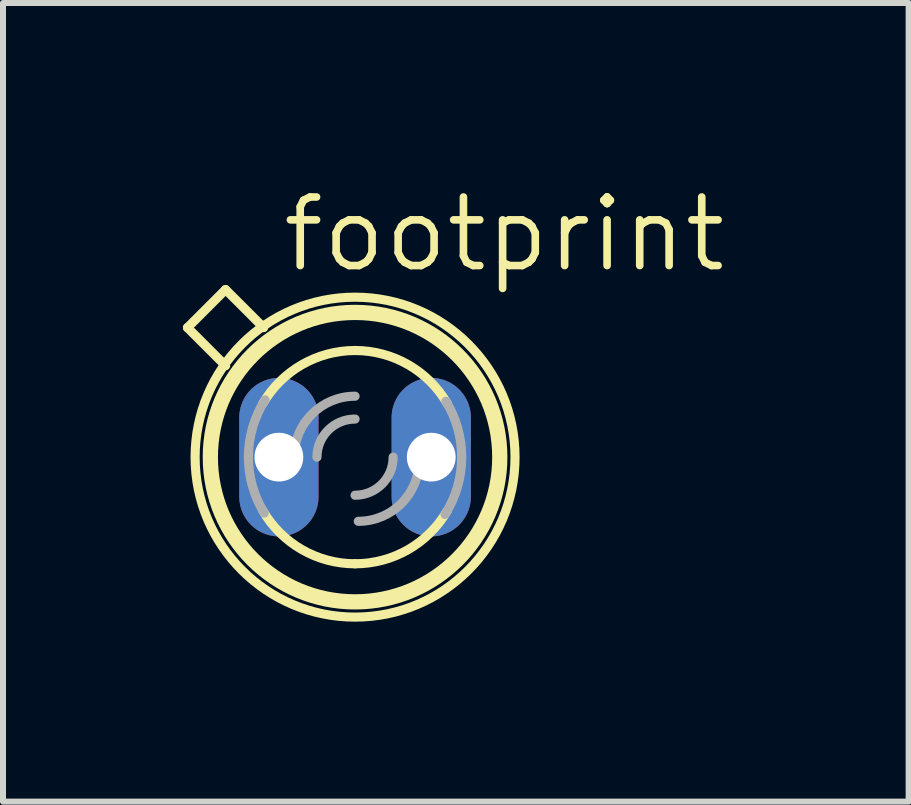
<source format=kicad_pcb>
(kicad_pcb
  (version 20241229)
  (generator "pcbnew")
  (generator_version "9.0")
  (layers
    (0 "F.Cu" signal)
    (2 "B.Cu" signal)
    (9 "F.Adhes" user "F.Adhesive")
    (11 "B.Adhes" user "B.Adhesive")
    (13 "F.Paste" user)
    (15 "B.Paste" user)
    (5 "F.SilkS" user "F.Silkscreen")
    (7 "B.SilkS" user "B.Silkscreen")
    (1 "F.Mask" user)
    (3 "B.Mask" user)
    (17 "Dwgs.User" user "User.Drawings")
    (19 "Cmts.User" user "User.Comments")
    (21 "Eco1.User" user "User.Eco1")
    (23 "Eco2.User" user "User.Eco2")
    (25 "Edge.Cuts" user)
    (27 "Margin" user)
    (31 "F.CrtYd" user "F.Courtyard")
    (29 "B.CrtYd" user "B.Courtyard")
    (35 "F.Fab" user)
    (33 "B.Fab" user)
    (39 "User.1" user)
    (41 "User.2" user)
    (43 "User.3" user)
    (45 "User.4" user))
  (footprint "footprint"
    (layer "F.Cu")
    (at 2.87 4.572)
    (property "Reference" "footprint" (at -1.27 -3.048 0) (layer "F.SilkS") (effects (font (size 1.143 1.143) (thickness 0.127)) (justify left bottom)))
    (fp_line (start -2.794 -2.159) (end -2.159 -2.794) (stroke (width 0.152) (type solid)) (layer "F.SilkS"))
    (fp_line (start -2.159 -1.524) (end -2.794 -2.159) (stroke (width 0.152) (type solid)) (layer "F.SilkS"))
    (fp_line (start -1.524 -2.159) (end -2.159 -2.794) (stroke (width 0.152) (type solid)) (layer "F.SilkS"))
    (fp_arc (start -1.5358 -0.8959) (mid -0.88555 -1.541787) (end 0 -1.778) (stroke (width 0.1524) (type solid)) (layer "F.SilkS"))
    (fp_arc (start 0 -1.778) (mid 0.88555 -1.541786) (end 1.5358 -0.8959) (stroke (width 0.1524) (type solid)) (layer "F.SilkS"))
    (fp_arc (start 0 1.778) (mid -0.88555 1.541786) (end -1.5358 0.8959) (stroke (width 0.1524) (type solid)) (layer "F.SilkS"))
    (fp_arc (start 1.5358 0.8959) (mid 0.88555 1.541787) (end 0 1.778) (stroke (width 0.1524) (type solid)) (layer "F.SilkS"))
    (fp_circle (center 0 0) (end 2.413 0) (stroke (width 0.254) (type solid)) (fill no) (layer "F.SilkS"))
    (fp_circle (center 0 0) (end 2.667 0) (stroke (width 0.152) (type solid)) (fill no) (layer "F.SilkS"))
    (fp_arc (start -1.778 0) (mid -1.707084 -0.497127) (end -1.500001 -0.9546) (stroke (width 0.1524) (type solid)) (layer "F.Fab"))
    (fp_arc (start -1.5142 0.9318) (mid -1.710762 0.484206) (end -1.778 0) (stroke (width 0.1524) (type solid)) (layer "F.Fab"))
    (fp_arc (start -1.016 0) (mid -0.71842 -0.71842) (end 0 -1.016) (stroke (width 0.1524) (type solid)) (layer "F.Fab"))
    (fp_arc (start -0.635 0) (mid -0.449013 -0.449013) (end 0 -0.635) (stroke (width 0.1524) (type solid)) (layer "F.Fab"))
    (fp_arc (start 0.635 0) (mid 0.449013 0.449013) (end 0 0.635) (stroke (width 0.1524) (type solid)) (layer "F.Fab"))
    (fp_arc (start 1.0699 0.053898) (mid 0.772321 0.772319) (end 0.0539 1.0699) (stroke (width 0.1524) (type solid)) (layer "F.Fab"))
    (fp_arc (start 1.5142 -0.9318) (mid 1.710762 -0.484206) (end 1.778 0) (stroke (width 0.1524) (type solid)) (layer "F.Fab"))
    (fp_arc (start 1.777999 0) (mid 1.707083 0.497127) (end 1.5 0.9546) (stroke (width 0.1524) (type solid)) (layer "F.Fab"))
    (pad "A" thru_hole oval (at 1.27 0 90) (size 2.642 1.321) (drill 0.813) (layers "*.Cu" "*.Mask"))
    (pad "K" thru_hole oval (at -1.27 0 90) (size 2.642 1.321) (drill 0.813) (layers "*.Cu" "*.Mask")))
  (gr_rect
    (start -3 -3)
    (end 12.1 10.315)
    (stroke (width 0.1) (type default))
    (fill no)
    (layer "Edge.Cuts")))
</source>
